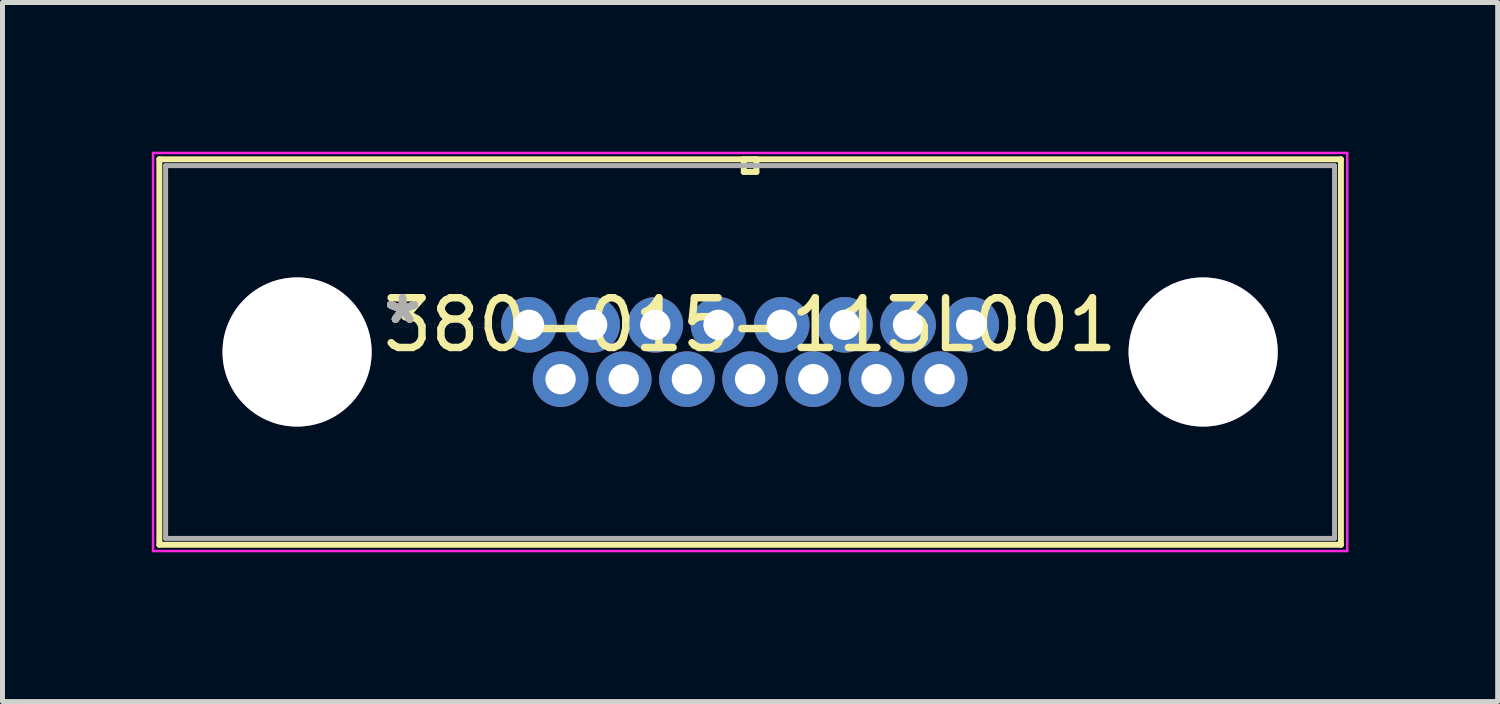
<source format=kicad_pcb>
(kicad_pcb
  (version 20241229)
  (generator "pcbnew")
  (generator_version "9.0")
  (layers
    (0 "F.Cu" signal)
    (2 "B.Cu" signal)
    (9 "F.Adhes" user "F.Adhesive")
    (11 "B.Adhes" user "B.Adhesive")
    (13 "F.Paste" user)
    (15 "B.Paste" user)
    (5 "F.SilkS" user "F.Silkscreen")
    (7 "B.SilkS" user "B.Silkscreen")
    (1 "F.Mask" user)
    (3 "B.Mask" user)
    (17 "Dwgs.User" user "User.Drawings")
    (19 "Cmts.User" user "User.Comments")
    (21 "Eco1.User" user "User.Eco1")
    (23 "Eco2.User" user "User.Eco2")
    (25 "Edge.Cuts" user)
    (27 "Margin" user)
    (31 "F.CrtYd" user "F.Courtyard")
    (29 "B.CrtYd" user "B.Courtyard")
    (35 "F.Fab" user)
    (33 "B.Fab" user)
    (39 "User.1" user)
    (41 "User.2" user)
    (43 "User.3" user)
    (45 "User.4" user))
  (footprint "380-015-113L001"
    (layer "F.Cu")
    (at 7.582 3.479)
    (property "Reference" "380-015-113L001" (at 4.445 0 0) (layer "F.SilkS") (effects (font (size 1 1) (thickness 0.15))))
    (attr through_hole)
    (fp_line (start -7.429 -3.327) (end -7.429 4.42) (stroke (width 0.12) (type solid)) (layer "F.SilkS"))
    (fp_line (start -7.429 4.42) (end 16.32 4.42) (stroke (width 0.12) (type solid)) (layer "F.SilkS"))
    (fp_line (start 4.318 -3.327) (end 4.318 -3.073) (stroke (width 0.12) (type solid)) (layer "F.SilkS"))
    (fp_line (start 4.318 -3.073) (end 4.572 -3.073) (stroke (width 0.12) (type solid)) (layer "F.SilkS"))
    (fp_line (start 4.572 -3.327) (end 4.318 -3.327) (stroke (width 0.12) (type solid)) (layer "F.SilkS"))
    (fp_line (start 4.572 -3.073) (end 4.572 -3.327) (stroke (width 0.12) (type solid)) (layer "F.SilkS"))
    (fp_line (start 16.32 -3.327) (end -7.429 -3.327) (stroke (width 0.12) (type solid)) (layer "F.SilkS"))
    (fp_line (start 16.32 4.42) (end 16.32 -3.327) (stroke (width 0.12) (type solid)) (layer "F.SilkS"))
    (fp_line (start -7.556 -3.454) (end -7.556 4.547) (stroke (width 0.05) (type solid)) (layer "F.CrtYd"))
    (fp_line (start -7.556 4.547) (end 16.447 4.547) (stroke (width 0.05) (type solid)) (layer "F.CrtYd"))
    (fp_line (start 16.447 -3.454) (end -7.556 -3.454) (stroke (width 0.05) (type solid)) (layer "F.CrtYd"))
    (fp_line (start 16.447 4.547) (end 16.447 -3.454) (stroke (width 0.05) (type solid)) (layer "F.CrtYd"))
    (fp_line (start -7.303 -3.2) (end -7.303 4.293) (stroke (width 0.1) (type solid)) (layer "F.Fab"))
    (fp_line (start -7.303 4.293) (end 16.192 4.293) (stroke (width 0.1) (type solid)) (layer "F.Fab"))
    (fp_line (start 4.445 -3.2) (end 4.445 -3.2) (stroke (width 0.1) (type solid)) (layer "F.Fab"))
    (fp_line (start 4.445 -3.2) (end 4.445 -3.2) (stroke (width 0.1) (type solid)) (layer "F.Fab"))
    (fp_line (start 4.445 -3.2) (end 4.445 -3.2) (stroke (width 0.1) (type solid)) (layer "F.Fab"))
    (fp_line (start 4.445 -3.2) (end 4.445 -3.2) (stroke (width 0.1) (type solid)) (layer "F.Fab"))
    (fp_line (start 16.192 -3.2) (end -7.303 -3.2) (stroke (width 0.1) (type solid)) (layer "F.Fab"))
    (fp_line (start 16.192 4.293) (end 16.192 -3.2) (stroke (width 0.1) (type solid)) (layer "F.Fab"))
    (fp_text user "*" (at -2.54 0 0) (layer "F.SilkS") (effects (font (size 1 1) (thickness 0.15))))
    (fp_text user "*" (at -2.54 0 0) (layer "F.SilkS") (effects (font (size 1 1) (thickness 0.15))))
    (fp_text user "Copyright 2021 Accelerated Designs. All rights reserved." (at 0 0 0) (layer "Cmts.User") (effects (font (size 0.127 0.127) (thickness 0.002))))
    (fp_text user "*" (at -2.54 0 0) (layer "F.Fab") (effects (font (size 1 1) (thickness 0.15))))
    (fp_text user "*" (at -2.54 0 0) (layer "F.Fab") (effects (font (size 1 1) (thickness 0.15))))
    (pad "1" thru_hole circle (at 0 0) (size 1.118 1.118) (drill 0.61) (layers "*.Cu" "*.Mask"))
    (pad "2" thru_hole circle (at 1.27 0) (size 1.118 1.118) (drill 0.61) (layers "*.Cu" "*.Mask"))
    (pad "3" thru_hole circle (at 2.54 0) (size 1.118 1.118) (drill 0.61) (layers "*.Cu" "*.Mask"))
    (pad "4" thru_hole circle (at 3.81 0) (size 1.118 1.118) (drill 0.61) (layers "*.Cu" "*.Mask"))
    (pad "5" thru_hole circle (at 5.08 0) (size 1.118 1.118) (drill 0.61) (layers "*.Cu" "*.Mask"))
    (pad "6" thru_hole circle (at 6.35 0) (size 1.118 1.118) (drill 0.61) (layers "*.Cu" "*.Mask"))
    (pad "7" thru_hole circle (at 7.62 0) (size 1.118 1.118) (drill 0.61) (layers "*.Cu" "*.Mask"))
    (pad "8" thru_hole circle (at 8.89 0) (size 1.118 1.118) (drill 0.61) (layers "*.Cu" "*.Mask"))
    (pad "9" thru_hole circle (at 0.635 1.092) (size 1.118 1.118) (drill 0.61) (layers "*.Cu" "*.Mask"))
    (pad "10" thru_hole circle (at 1.905 1.092) (size 1.118 1.118) (drill 0.61) (layers "*.Cu" "*.Mask"))
    (pad "11" thru_hole circle (at 3.175 1.092) (size 1.118 1.118) (drill 0.61) (layers "*.Cu" "*.Mask"))
    (pad "12" thru_hole circle (at 4.445 1.092) (size 1.118 1.118) (drill 0.61) (layers "*.Cu" "*.Mask"))
    (pad "13" thru_hole circle (at 5.715 1.092) (size 1.118 1.118) (drill 0.61) (layers "*.Cu" "*.Mask"))
    (pad "14" thru_hole circle (at 6.985 1.092) (size 1.118 1.118) (drill 0.61) (layers "*.Cu" "*.Mask"))
    (pad "15" thru_hole circle (at 8.255 1.092) (size 1.118 1.118) (drill 0.61) (layers "*.Cu" "*.Mask"))
    (pad "16" thru_hole circle (at -4.661 0.546) (size 2.997 2.997) (drill 2.997) (layers "*.Cu" "*.Mask"))
    (pad "17" thru_hole circle (at 13.551 0.546) (size 2.997 2.997) (drill 2.997) (layers "*.Cu" "*.Mask")))
  (gr_rect
    (start -3 -3)
    (end 27.053 11.051)
    (stroke (width 0.1) (type default))
    (fill no)
    (layer "Edge.Cuts")))
</source>
